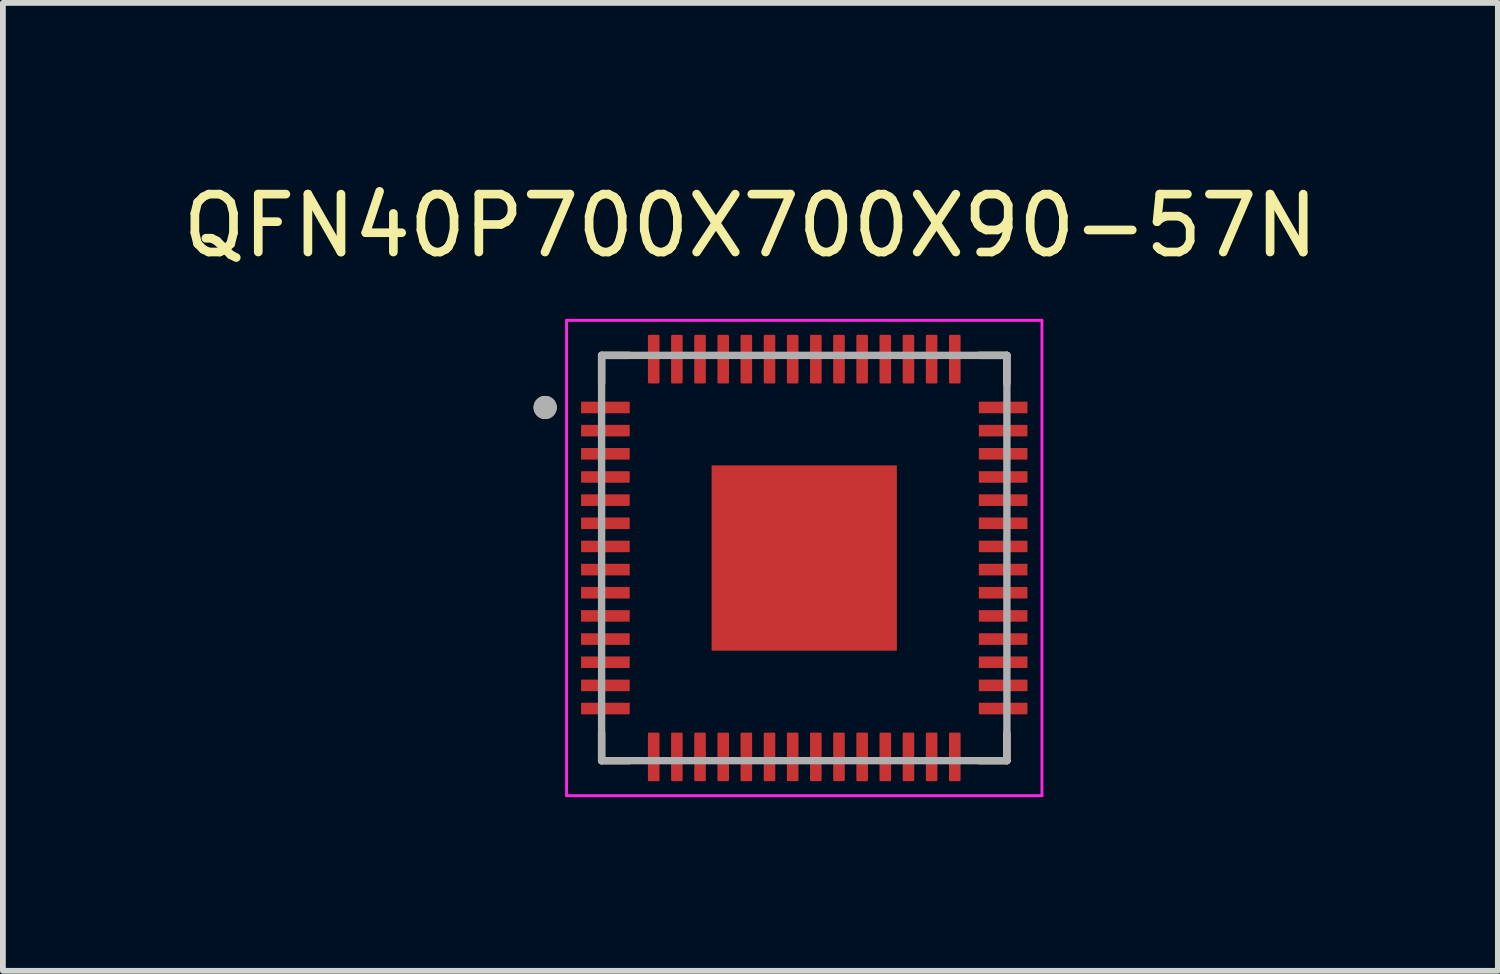
<source format=kicad_pcb>
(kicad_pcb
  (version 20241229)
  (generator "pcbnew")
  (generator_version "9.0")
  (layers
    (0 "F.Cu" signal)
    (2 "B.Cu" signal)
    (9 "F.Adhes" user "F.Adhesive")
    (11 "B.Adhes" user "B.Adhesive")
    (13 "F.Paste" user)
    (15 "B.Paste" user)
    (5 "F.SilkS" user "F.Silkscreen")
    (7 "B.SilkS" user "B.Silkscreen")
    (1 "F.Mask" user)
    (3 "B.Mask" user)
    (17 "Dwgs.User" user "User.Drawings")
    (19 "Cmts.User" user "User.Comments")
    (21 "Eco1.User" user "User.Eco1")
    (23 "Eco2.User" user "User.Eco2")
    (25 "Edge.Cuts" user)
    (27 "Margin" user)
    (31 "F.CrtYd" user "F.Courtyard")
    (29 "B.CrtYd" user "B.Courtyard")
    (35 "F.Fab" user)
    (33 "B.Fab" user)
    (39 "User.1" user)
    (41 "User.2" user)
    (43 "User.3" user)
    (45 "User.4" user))
  (footprint "QFN40P700X700X90-57N"
    (layer "F.Cu")
    (at 10.841 6.588)
    (property "Reference" "QFN40P700X700X90-57N" (at -0.93 -5.74 0) (layer "F.SilkS") (effects (font (size 1 1) (thickness 0.15))))
    (attr through_hole)
    (fp_line (start -3.5 -3.5) (end -3.5 -3.02) (stroke (width 0.127) (type solid)) (layer "F.SilkS"))
    (fp_line (start -3.5 -3.5) (end -3.02 -3.5) (stroke (width 0.127) (type solid)) (layer "F.SilkS"))
    (fp_line (start -3.5 3.5) (end -3.5 3.02) (stroke (width 0.127) (type solid)) (layer "F.SilkS"))
    (fp_line (start -3.5 3.5) (end -3.02 3.5) (stroke (width 0.127) (type solid)) (layer "F.SilkS"))
    (fp_line (start 3.5 -3.5) (end 3.02 -3.5) (stroke (width 0.127) (type solid)) (layer "F.SilkS"))
    (fp_line (start 3.5 -3.5) (end 3.5 -3.02) (stroke (width 0.127) (type solid)) (layer "F.SilkS"))
    (fp_line (start 3.5 3.5) (end 3.02 3.5) (stroke (width 0.127) (type solid)) (layer "F.SilkS"))
    (fp_line (start 3.5 3.5) (end 3.5 3.02) (stroke (width 0.127) (type solid)) (layer "F.SilkS"))
    (fp_circle (center -4.475 -2.6) (end -4.375 -2.6) (stroke (width 0.2) (type solid)) (fill no) (layer "F.SilkS"))
    (fp_poly (pts (xy -0.98 -0.98) (xy 0.98 -0.98) (xy 0.98 0.98) (xy -0.98 0.98)) (stroke (width 0.01) (type solid)) (fill yes) (layer "F.Paste"))
    (fp_line (start -4.105 -4.105) (end 4.105 -4.105) (stroke (width 0.05) (type solid)) (layer "F.CrtYd"))
    (fp_line (start -4.105 4.105) (end -4.105 -4.105) (stroke (width 0.05) (type solid)) (layer "F.CrtYd"))
    (fp_line (start -4.105 4.105) (end 4.105 4.105) (stroke (width 0.05) (type solid)) (layer "F.CrtYd"))
    (fp_line (start 4.105 4.105) (end 4.105 -4.105) (stroke (width 0.05) (type solid)) (layer "F.CrtYd"))
    (fp_line (start -3.5 3.5) (end -3.5 -3.5) (stroke (width 0.127) (type solid)) (layer "F.Fab"))
    (fp_line (start 3.5 -3.5) (end -3.5 -3.5) (stroke (width 0.127) (type solid)) (layer "F.Fab"))
    (fp_line (start 3.5 3.5) (end -3.5 3.5) (stroke (width 0.127) (type solid)) (layer "F.Fab"))
    (fp_line (start 3.5 3.5) (end 3.5 -3.5) (stroke (width 0.127) (type solid)) (layer "F.Fab"))
    (fp_circle (center -4.475 -2.6) (end -4.375 -2.6) (stroke (width 0.2) (type solid)) (fill no) (layer "F.Fab"))
    (pad "1" smd roundrect (at -3.435 -2.6) (size 0.84 0.2) (layers "F.Cu" "F.Mask" "F.Paste") (roundrect_rratio 0.03))
    (pad "2" smd roundrect (at -3.435 -2.2) (size 0.84 0.2) (layers "F.Cu" "F.Mask" "F.Paste") (roundrect_rratio 0.03))
    (pad "3" smd roundrect (at -3.435 -1.8) (size 0.84 0.2) (layers "F.Cu" "F.Mask" "F.Paste") (roundrect_rratio 0.03))
    (pad "4" smd roundrect (at -3.435 -1.4) (size 0.84 0.2) (layers "F.Cu" "F.Mask" "F.Paste") (roundrect_rratio 0.03))
    (pad "5" smd roundrect (at -3.435 -1) (size 0.84 0.2) (layers "F.Cu" "F.Mask" "F.Paste") (roundrect_rratio 0.03))
    (pad "6" smd roundrect (at -3.435 -0.6) (size 0.84 0.2) (layers "F.Cu" "F.Mask" "F.Paste") (roundrect_rratio 0.03))
    (pad "7" smd roundrect (at -3.435 -0.2) (size 0.84 0.2) (layers "F.Cu" "F.Mask" "F.Paste") (roundrect_rratio 0.03))
    (pad "8" smd roundrect (at -3.435 0.2) (size 0.84 0.2) (layers "F.Cu" "F.Mask" "F.Paste") (roundrect_rratio 0.03))
    (pad "9" smd roundrect (at -3.435 0.6) (size 0.84 0.2) (layers "F.Cu" "F.Mask" "F.Paste") (roundrect_rratio 0.03))
    (pad "10" smd roundrect (at -3.435 1) (size 0.84 0.2) (layers "F.Cu" "F.Mask" "F.Paste") (roundrect_rratio 0.03))
    (pad "11" smd roundrect (at -3.435 1.4) (size 0.84 0.2) (layers "F.Cu" "F.Mask" "F.Paste") (roundrect_rratio 0.03))
    (pad "12" smd roundrect (at -3.435 1.8) (size 0.84 0.2) (layers "F.Cu" "F.Mask" "F.Paste") (roundrect_rratio 0.03))
    (pad "13" smd roundrect (at -3.435 2.2) (size 0.84 0.2) (layers "F.Cu" "F.Mask" "F.Paste") (roundrect_rratio 0.03))
    (pad "14" smd roundrect (at -3.435 2.6) (size 0.84 0.2) (layers "F.Cu" "F.Mask" "F.Paste") (roundrect_rratio 0.03))
    (pad "15" smd roundrect (at -2.6 3.435) (size 0.2 0.84) (layers "F.Cu" "F.Mask" "F.Paste") (roundrect_rratio 0.1))
    (pad "16" smd roundrect (at -2.2 3.435) (size 0.2 0.84) (layers "F.Cu" "F.Mask" "F.Paste") (roundrect_rratio 0.1))
    (pad "17" smd roundrect (at -1.8 3.435) (size 0.2 0.84) (layers "F.Cu" "F.Mask" "F.Paste") (roundrect_rratio 0.1))
    (pad "18" smd roundrect (at -1.4 3.435) (size 0.2 0.84) (layers "F.Cu" "F.Mask" "F.Paste") (roundrect_rratio 0.1))
    (pad "19" smd roundrect (at -1 3.435) (size 0.2 0.84) (layers "F.Cu" "F.Mask" "F.Paste") (roundrect_rratio 0.1))
    (pad "20" smd roundrect (at -0.6 3.435) (size 0.2 0.84) (layers "F.Cu" "F.Mask" "F.Paste") (roundrect_rratio 0.1))
    (pad "21" smd roundrect (at -0.2 3.435) (size 0.2 0.84) (layers "F.Cu" "F.Mask" "F.Paste") (roundrect_rratio 0.1))
    (pad "22" smd roundrect (at 0.2 3.435) (size 0.2 0.84) (layers "F.Cu" "F.Mask" "F.Paste") (roundrect_rratio 0.1))
    (pad "23" smd roundrect (at 0.6 3.435) (size 0.2 0.84) (layers "F.Cu" "F.Mask" "F.Paste") (roundrect_rratio 0.1))
    (pad "24" smd roundrect (at 1 3.435) (size 0.2 0.84) (layers "F.Cu" "F.Mask" "F.Paste") (roundrect_rratio 0.1))
    (pad "25" smd roundrect (at 1.4 3.435) (size 0.2 0.84) (layers "F.Cu" "F.Mask" "F.Paste") (roundrect_rratio 0.1))
    (pad "26" smd roundrect (at 1.8 3.435) (size 0.2 0.84) (layers "F.Cu" "F.Mask" "F.Paste") (roundrect_rratio 0.1))
    (pad "27" smd roundrect (at 2.2 3.435) (size 0.2 0.84) (layers "F.Cu" "F.Mask" "F.Paste") (roundrect_rratio 0.1))
    (pad "28" smd roundrect (at 2.6 3.435) (size 0.2 0.84) (layers "F.Cu" "F.Mask" "F.Paste") (roundrect_rratio 0.1))
    (pad "29" smd roundrect (at 3.435 2.6) (size 0.84 0.2) (layers "F.Cu" "F.Mask" "F.Paste") (roundrect_rratio 0.03))
    (pad "30" smd roundrect (at 3.435 2.2) (size 0.84 0.2) (layers "F.Cu" "F.Mask" "F.Paste") (roundrect_rratio 0.03))
    (pad "31" smd roundrect (at 3.435 1.8) (size 0.84 0.2) (layers "F.Cu" "F.Mask" "F.Paste") (roundrect_rratio 0.03))
    (pad "32" smd roundrect (at 3.435 1.4) (size 0.84 0.2) (layers "F.Cu" "F.Mask" "F.Paste") (roundrect_rratio 0.03))
    (pad "33" smd roundrect (at 3.435 1) (size 0.84 0.2) (layers "F.Cu" "F.Mask" "F.Paste") (roundrect_rratio 0.03))
    (pad "34" smd roundrect (at 3.435 0.6) (size 0.84 0.2) (layers "F.Cu" "F.Mask" "F.Paste") (roundrect_rratio 0.03))
    (pad "35" smd roundrect (at 3.435 0.2) (size 0.84 0.2) (layers "F.Cu" "F.Mask" "F.Paste") (roundrect_rratio 0.03))
    (pad "36" smd roundrect (at 3.435 -0.2) (size 0.84 0.2) (layers "F.Cu" "F.Mask" "F.Paste") (roundrect_rratio 0.03))
    (pad "37" smd roundrect (at 3.435 -0.6) (size 0.84 0.2) (layers "F.Cu" "F.Mask" "F.Paste") (roundrect_rratio 0.03))
    (pad "38" smd roundrect (at 3.435 -1) (size 0.84 0.2) (layers "F.Cu" "F.Mask" "F.Paste") (roundrect_rratio 0.03))
    (pad "39" smd roundrect (at 3.435 -1.4) (size 0.84 0.2) (layers "F.Cu" "F.Mask" "F.Paste") (roundrect_rratio 0.03))
    (pad "40" smd roundrect (at 3.435 -1.8) (size 0.84 0.2) (layers "F.Cu" "F.Mask" "F.Paste") (roundrect_rratio 0.03))
    (pad "41" smd roundrect (at 3.435 -2.2) (size 0.84 0.2) (layers "F.Cu" "F.Mask" "F.Paste") (roundrect_rratio 0.03))
    (pad "42" smd roundrect (at 3.435 -2.6) (size 0.84 0.2) (layers "F.Cu" "F.Mask" "F.Paste") (roundrect_rratio 0.03))
    (pad "43" smd roundrect (at 2.6 -3.435) (size 0.2 0.84) (layers "F.Cu" "F.Mask" "F.Paste") (roundrect_rratio 0.1))
    (pad "44" smd roundrect (at 2.2 -3.435) (size 0.2 0.84) (layers "F.Cu" "F.Mask" "F.Paste") (roundrect_rratio 0.1))
    (pad "45" smd roundrect (at 1.8 -3.435) (size 0.2 0.84) (layers "F.Cu" "F.Mask" "F.Paste") (roundrect_rratio 0.1))
    (pad "46" smd roundrect (at 1.4 -3.435) (size 0.2 0.84) (layers "F.Cu" "F.Mask" "F.Paste") (roundrect_rratio 0.1))
    (pad "47" smd roundrect (at 1 -3.435) (size 0.2 0.84) (layers "F.Cu" "F.Mask" "F.Paste") (roundrect_rratio 0.1))
    (pad "48" smd roundrect (at 0.6 -3.435) (size 0.2 0.84) (layers "F.Cu" "F.Mask" "F.Paste") (roundrect_rratio 0.1))
    (pad "49" smd roundrect (at 0.2 -3.435) (size 0.2 0.84) (layers "F.Cu" "F.Mask" "F.Paste") (roundrect_rratio 0.1))
    (pad "50" smd roundrect (at -0.2 -3.435) (size 0.2 0.84) (layers "F.Cu" "F.Mask" "F.Paste") (roundrect_rratio 0.1))
    (pad "51" smd roundrect (at -0.6 -3.435) (size 0.2 0.84) (layers "F.Cu" "F.Mask" "F.Paste") (roundrect_rratio 0.1))
    (pad "52" smd roundrect (at -1 -3.435) (size 0.2 0.84) (layers "F.Cu" "F.Mask" "F.Paste") (roundrect_rratio 0.1))
    (pad "53" smd roundrect (at -1.4 -3.435) (size 0.2 0.84) (layers "F.Cu" "F.Mask" "F.Paste") (roundrect_rratio 0.1))
    (pad "54" smd roundrect (at -1.8 -3.435) (size 0.2 0.84) (layers "F.Cu" "F.Mask" "F.Paste") (roundrect_rratio 0.1))
    (pad "55" smd roundrect (at -2.2 -3.435) (size 0.2 0.84) (layers "F.Cu" "F.Mask" "F.Paste") (roundrect_rratio 0.1))
    (pad "56" smd roundrect (at -2.6 -3.435) (size 0.2 0.84) (layers "F.Cu" "F.Mask" "F.Paste") (roundrect_rratio 0.1))
    (pad "57" smd rect (at 0 0) (size 3.2 3.2) (layers "F.Cu" "F.Mask")))
  (gr_rect
    (start -3 -3)
    (end 22.821 13.718)
    (stroke (width 0.1) (type default))
    (fill no)
    (layer "Edge.Cuts")))
</source>
